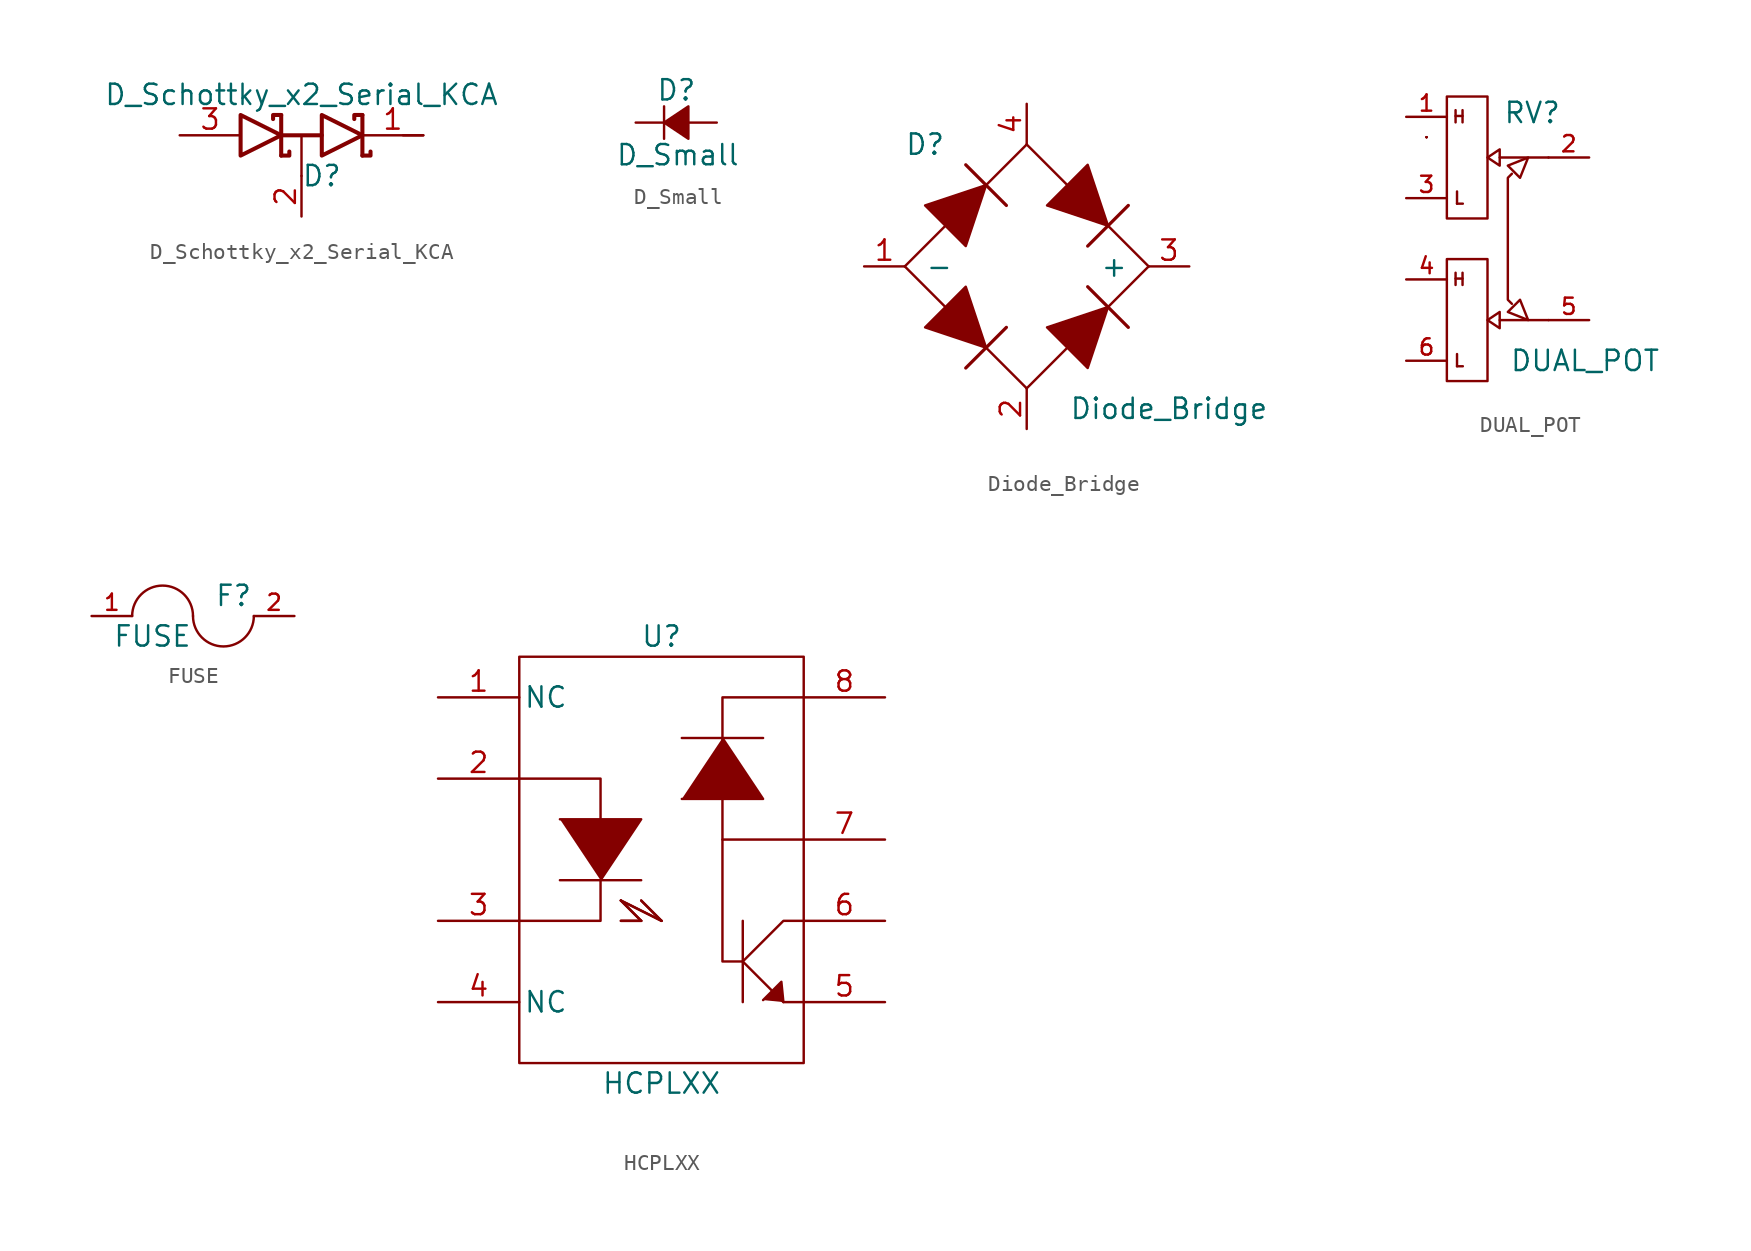
<source format=kicad_sym>
(kicad_symbol_lib
  (version 20211014)
  (generator kicad_symbol_editor)
  (symbol "D_Schottky_x2_Serial_KCA"
    (pin_names
      (offset 0.762) hide)
    (property "Reference" "D"
      (at 1.27 -2.54 0)
      (effects (font (size 1.27 1.27))))
    (property "Value" "D_Schottky_x2_Serial_KCA"
      (at 0 2.54 0)
      (effects (font (size 1.27 1.27))))
    (property "Footprint" ""
      (at 0 0 0)
      (effects (font (size 1.27 1.27))))
    (property "Datasheet" ""
      (at 0 0 0)
      (effects (font (size 1.27 1.27))))
    (symbol "D_Schottky_x2_Serial_KCA_0_1"
      (polyline (pts (xy 0 0) (xy 0 -2.54)) (stroke (width 0) (type default) (color 0 0 0 0)) (fill (type none)))
      (polyline (pts (xy 6.35 0) (xy 7.62 0)) (stroke (width 0) (type default) (color 0 0 0 0)) (fill (type none)))
      (polyline (pts (xy -1.27 -1.27) (xy -1.27 1.27) (xy -1.27 1.27)) (stroke (width 0.254) (type default) (color 0 0 0 0)) (fill (type none)))
      (polyline (pts (xy -1.27 0) (xy 1.27 0) (xy 1.27 0)) (stroke (width 0.254) (type default) (color 0 0 0 0)) (fill (type none)))
      (polyline (pts (xy 3.81 1.27) (xy 3.81 -1.27) (xy 3.81 -1.27)) (stroke (width 0.254) (type default) (color 0 0 0 0)) (fill (type none)))
      (polyline (pts (xy -1.27 -1.27) (xy -0.762 -1.27) (xy -0.762 -1.016) (xy -0.762 -1.016)) (stroke (width 0.254) (type default) (color 0 0 0 0)) (fill (type none)))
      (polyline (pts (xy 3.81 -1.27) (xy 4.318 -1.27) (xy 4.318 -1.016) (xy 4.318 -1.016)) (stroke (width 0.254) (type default) (color 0 0 0 0)) (fill (type none)))
      (polyline (pts (xy 3.81 1.27) (xy 3.302 1.27) (xy 3.302 1.016) (xy 3.302 1.016)) (stroke (width 0.254) (type default) (color 0 0 0 0)) (fill (type none)))
      (polyline (pts (xy -1.778 1.016) (xy -1.778 1.27) (xy -1.27 1.27) (xy -1.27 1.27) (xy -1.27 1.27)) (stroke (width 0.254) (type default) (color 0 0 0 0)) (fill (type none)))
      (polyline (pts (xy -3.81 1.27) (xy -1.27 0) (xy -3.81 -1.27) (xy -3.81 1.27) (xy -3.81 1.27) (xy -3.81 1.27)) (stroke (width 0.254) (type default) (color 0 0 0 0)) (fill (type none)))
      (polyline (pts (xy 1.27 1.27) (xy 3.81 0) (xy 1.27 -1.27) (xy 1.27 1.27) (xy 1.27 1.27) (xy 1.27 1.27)) (stroke (width 0.254) (type default) (color 0 0 0 0)) (fill (type none)))
      (pin passive line (at 7.62 0 180) (length 3.81) (name "K" (effects (font (size 1.27 1.27)))) (number "1" (effects (font (size 1.27 1.27)))))
      (pin passive line (at 0 -5.08 90) (length 2.54) (name "common" (effects (font (size 1.27 1.27)))) (number "2" (effects (font (size 1.27 1.27)))))
      (pin passive line (at -7.62 0 0) (length 3.81) (name "A" (effects (font (size 1.27 1.27)))) (number "3" (effects (font (size 1.27 1.27)))))))
  (symbol "D_Small"
    (pin_numbers hide)
    (pin_names
      (offset 0.254) hide)
    (property "Reference" "D"
      (at -1.27 2.032 0)
      (effects (font (size 1.27 1.27)) (justify left)))
    (property "Value" "D_Small"
      (at -3.81 -2.032 0)
      (effects (font (size 1.27 1.27)) (justify left)))
    (property "Footprint" ""
      (at 0 0 90)
      (effects (font (size 1.27 1.27))))
    (property "Datasheet" ""
      (at 0 0 90)
      (effects (font (size 1.27 1.27))))
    (symbol "D_Small_0_1"
      (polyline (pts (xy -0.762 -1.016) (xy -0.762 1.016)) (stroke (width 0) (type default) (color 0 0 0 0)) (fill (type none)))
      (polyline (pts (xy 0.762 -1.016) (xy -0.762 0) (xy 0.762 1.016) (xy 0.762 -1.016)) (stroke (width 0) (type default) (color 0 0 0 0)) (fill (type outline))))
    (symbol "D_Small_1_1"
      (pin passive line (at -2.54 0 0) (length 1.778) (name "K" (effects (font (size 1.27 1.27)))) (number "1" (effects (font (size 1.27 1.27)))))
      (pin passive line (at 2.54 0 180) (length 1.778) (name "A" (effects (font (size 1.27 1.27)))) (number "2" (effects (font (size 1.27 1.27)))))))
  (symbol "Diode_Bridge"
    (pin_names
      (offset 1.27))
    (property "Reference" "D"
      (at -6.35 7.62 0)
      (effects (font (size 1.27 1.27))))
    (property "Value" "Diode_Bridge"
      (at 8.89 -8.89 0)
      (effects (font (size 1.27 1.27))))
    (property "Footprint" ""
      (at 0 0 0)
      (effects (font (size 1.27 1.27))))
    (property "Datasheet" ""
      (at 0 0 0)
      (effects (font (size 1.27 1.27))))
    (symbol "Diode_Bridge_0_0"
      (polyline (pts (xy -7.62 0) (xy -5.08 -2.54)) (stroke (width 0) (type default) (color 0 0 0 0)) (fill (type none)))
      (polyline (pts (xy -7.62 0) (xy -5.08 2.54)) (stroke (width 0) (type default) (color 0 0 0 0)) (fill (type none)))
      (polyline (pts (xy -3.81 -6.35) (xy -1.27 -3.81)) (stroke (width 0.203) (type default) (color 0 0 0 0)) (fill (type none)))
      (polyline (pts (xy -3.81 6.35) (xy -1.27 3.81)) (stroke (width 0.203) (type default) (color 0 0 0 0)) (fill (type none)))
      (polyline (pts (xy 0 -7.62) (xy -2.54 -5.08)) (stroke (width 0) (type default) (color 0 0 0 0)) (fill (type none)))
      (polyline (pts (xy 0 -7.62) (xy 2.54 -5.08)) (stroke (width 0) (type default) (color 0 0 0 0)) (fill (type none)))
      (polyline (pts (xy 0 7.62) (xy -2.54 5.08)) (stroke (width 0) (type default) (color 0 0 0 0)) (fill (type none)))
      (polyline (pts (xy 0 7.62) (xy 2.54 5.08)) (stroke (width 0) (type default) (color 0 0 0 0)) (fill (type none)))
      (polyline (pts (xy 3.81 -1.27) (xy 6.35 -3.81)) (stroke (width 0.203) (type default) (color 0 0 0 0)) (fill (type none)))
      (polyline (pts (xy 3.81 1.27) (xy 6.35 3.81)) (stroke (width 0.203) (type default) (color 0 0 0 0)) (fill (type none)))
      (polyline (pts (xy 7.62 0) (xy 5.08 -2.54)) (stroke (width 0) (type default) (color 0 0 0 0)) (fill (type none)))
      (polyline (pts (xy 7.62 0) (xy 5.08 2.54)) (stroke (width 0) (type default) (color 0 0 0 0)) (fill (type none)))
      (polyline (pts (xy -6.35 -3.81) (xy -3.81 -1.27) (xy -2.54 -5.08) (xy -6.35 -3.81)) (stroke (width 0) (type default) (color 0 0 0 0)) (fill (type outline)))
      (polyline (pts (xy -3.81 1.27) (xy -6.35 3.81) (xy -2.54 5.08) (xy -3.81 1.27)) (stroke (width 0) (type default) (color 0 0 0 0)) (fill (type outline)))
      (polyline (pts (xy 1.27 -3.81) (xy 3.81 -6.35) (xy 5.08 -2.54) (xy 1.27 -3.81)) (stroke (width 0) (type default) (color 0 0 0 0)) (fill (type outline)))
      (polyline (pts (xy 1.27 3.81) (xy 3.81 6.35) (xy 5.08 2.54) (xy 1.27 3.81)) (stroke (width 0) (type default) (color 0 0 0 0)) (fill (type outline))))
    (symbol "Diode_Bridge_1_1"
      (pin input line (at -10.16 0 0) (length 2.54) (name "-" (effects (font (size 1.27 1.27)))) (number "1" (effects (font (size 1.27 1.27)))))
      (pin input line (at 0 -10.16 90) (length 2.54) (name "~" (effects (font (size 1.27 1.27)))) (number "2" (effects (font (size 1.27 1.27)))))
      (pin input line (at 10.16 0 180) (length 2.54) (name "+" (effects (font (size 1.27 1.27)))) (number "3" (effects (font (size 1.27 1.27)))))
      (pin input line (at 0 10.16 270) (length 2.54) (name "~" (effects (font (size 1.27 1.27)))) (number "4" (effects (font (size 1.27 1.27)))))))
  (symbol "DUAL_POT"
    (pin_names
      (offset 1.016) hide)
    (property "Reference" "RV"
      (at 4.064 7.874 0)
      (effects (font (size 1.27 1.27))))
    (property "Value" "DUAL_POT"
      (at 7.366 -7.62 0)
      (effects (font (size 1.27 1.27))))
    (property "Footprint" ""
      (at 0 0 0)
      (effects (font (size 1.27 1.27))))
    (property "Datasheet" ""
      (at 0 0 0)
      (effects (font (size 1.27 1.27))))
    (symbol "DUAL_POT_0_0"
      (text "H" (at -0.508 -2.54 0) (effects (font (size 0.762 0.762))))
      (text "H" (at -0.508 7.62 0) (effects (font (size 0.762 0.762))))
      (text "L" (at -0.508 -7.62 0) (effects (font (size 0.762 0.762))))
      (text "L" (at -0.508 2.54 0) (effects (font (size 0.762 0.762)))))
    (symbol "DUAL_POT_0_1"
      (rectangle (start -2.54 6.35) (end -2.54 6.35) (stroke (width 0) (type default) (color 0 0 0 0)) (fill (type none)))
      (rectangle (start -2.54 6.35) (end -2.54 6.35) (stroke (width 0) (type default) (color 0 0 0 0)) (fill (type none)))
      (rectangle (start -2.54 6.35) (end -2.54 6.35) (stroke (width 0) (type default) (color 0 0 0 0)) (fill (type none)))
      (rectangle (start -2.54 6.35) (end -2.54 6.35) (stroke (width 0) (type default) (color 0 0 0 0)) (fill (type none)))
      (rectangle (start -1.27 -1.27) (end 1.27 -8.89) (stroke (width 0) (type default) (color 0 0 0 0)) (fill (type none)))
      (rectangle (start -1.27 8.89) (end 1.27 1.27) (stroke (width 0) (type default) (color 0 0 0 0)) (fill (type none)))
      (polyline (pts (xy 5.08 5.08) (xy 2.032 5.08) (xy 2.032 5.08) (xy 2.032 5.08)) (stroke (width 0) (type default) (color 0 0 0 0)) (fill (type none)))
      (polyline (pts (xy 2.032 -5.588) (xy 2.032 -4.572) (xy 1.27 -5.08) (xy 2.032 -5.588) (xy 2.032 -5.588)) (stroke (width 0) (type default) (color 0 0 0 0)) (fill (type none)))
      (polyline (pts (xy 3.81 -5.08) (xy 2.54 -4.572) (xy 3.302 -3.81) (xy 3.81 -5.08) (xy 3.81 -5.08)) (stroke (width 0) (type default) (color 0 0 0 0)) (fill (type none)))
      (polyline (pts (xy 5.08 -5.08) (xy 2.032 -5.08) (xy 2.032 -5.08) (xy 2.032 -5.08) (xy 2.032 -5.08)) (stroke (width 0) (type default) (color 0 0 0 0)) (fill (type none)))
      (polyline (pts (xy 2.032 4.572) (xy 2.032 5.588) (xy 1.27 5.08) (xy 2.032 4.572) (xy 2.032 4.572) (xy 2.032 4.572)) (stroke (width 0) (type default) (color 0 0 0 0)) (fill (type none)))
      (polyline (pts (xy 2.794 4.064) (xy 2.54 3.81) (xy 2.54 -3.81) (xy 2.794 -4.064) (xy 2.794 -4.064) (xy 2.794 -4.064)) (stroke (width 0) (type default) (color 0 0 0 0)) (fill (type none)))
      (polyline (pts (xy 3.81 5.08) (xy 2.54 4.572) (xy 3.302 3.81) (xy 3.81 5.08) (xy 3.81 5.08) (xy 3.81 5.08)) (stroke (width 0) (type default) (color 0 0 0 0)) (fill (type none))))
    (symbol "DUAL_POT_1_1"
      (pin passive line (at -3.81 7.62 0) (length 2.54) (name "1" (effects (font (size 1.016 1.016)))) (number "1" (effects (font (size 1.016 1.016)))))
      (pin passive line (at 7.62 5.08 180) (length 2.54) (name "2" (effects (font (size 1.016 1.016)))) (number "2" (effects (font (size 1.016 1.016)))))
      (pin passive line (at -3.81 2.54 0) (length 2.54) (name "3" (effects (font (size 1.016 1.016)))) (number "3" (effects (font (size 1.016 1.016)))))
      (pin passive line (at -3.81 -2.54 0) (length 2.54) (name "~" (effects (font (size 1.016 1.016)))) (number "4" (effects (font (size 1.016 1.016)))))
      (pin passive line (at 7.62 -5.08 180) (length 2.54) (name "~" (effects (font (size 1.016 1.016)))) (number "5" (effects (font (size 1.016 1.016)))))
      (pin passive line (at -3.81 -7.62 0) (length 2.54) (name "~" (effects (font (size 1.016 1.016)))) (number "6" (effects (font (size 1.016 1.016)))))))
  (symbol "FUSE"
    (pin_names
      (offset 0.254))
    (property "Reference" "F"
      (at 2.54 1.27 0)
      (effects (font (size 1.27 1.27))))
    (property "Value" "FUSE"
      (at -2.54 -1.27 0)
      (effects (font (size 1.27 1.27))))
    (property "Footprint" ""
      (at 0 0 0)
      (effects (font (size 1.27 1.27))))
    (property "Datasheet" ""
      (at 0 0 0)
      (effects (font (size 1.27 1.27))))
    (symbol "FUSE_0_1"
      (arc (start 0 0) (mid -1.905 1.905) (end -3.81 0) (stroke (width 0) (type default) (color 0 0 0 0)) (fill (type none)))
      (arc (start 0 0) (mid 1.905 -1.905) (end 3.81 0) (stroke (width 0) (type default) (color 0 0 0 0)) (fill (type none))))
    (symbol "FUSE_1_1"
      (pin input line (at -6.35 0 0) (length 2.54) (name "~" (effects (font (size 1.016 1.016)))) (number "1" (effects (font (size 1.016 1.016)))))
      (pin input line (at 6.35 0 180) (length 2.54) (name "~" (effects (font (size 1.016 1.016)))) (number "2" (effects (font (size 1.016 1.016)))))))
  (symbol "HCPLXX"
    (pin_names
      (offset 0.254))
    (property "Reference" "U"
      (at 0 13.97 0)
      (effects (font (size 1.27 1.27))))
    (property "Value" "HCPLXX"
      (at 0 -13.97 0)
      (effects (font (size 1.27 1.27))))
    (property "Footprint" ""
      (at 0 0 0)
      (effects (font (size 1.27 1.27))))
    (property "Datasheet" ""
      (at 0 0 0)
      (effects (font (size 1.27 1.27))))
    (symbol "HCPLXX_0_0"
      (polyline (pts (xy -6.35 -1.27) (xy -1.27 -1.27)) (stroke (width 0) (type default) (color 0 0 0 0)) (fill (type none)))
      (polyline (pts (xy -2.54 -2.54) (xy -1.27 -3.81)) (stroke (width 0) (type default) (color 0 0 0 0)) (fill (type none)))
      (polyline (pts (xy -2.54 -2.54) (xy -1.27 -3.81)) (stroke (width 0) (type default) (color 0 0 0 0)) (fill (type none)))
      (polyline (pts (xy -2.54 -2.54) (xy 0 -3.81)) (stroke (width 0) (type default) (color 0 0 0 0)) (fill (type none)))
      (polyline (pts (xy -2.54 -2.54) (xy 0 -3.81)) (stroke (width 0) (type default) (color 0 0 0 0)) (fill (type none)))
      (polyline (pts (xy -1.27 -3.81) (xy -1.27 -3.81) (xy -2.54 -3.81)) (stroke (width 0) (type default) (color 0 0 0 0)) (fill (type none)))
      (polyline (pts (xy -1.27 -3.81) (xy -1.27 -3.81) (xy -2.54 -3.81)) (stroke (width 0) (type default) (color 0 0 0 0)) (fill (type none)))
      (polyline (pts (xy -1.27 -2.54) (xy 0 -3.81) (xy -1.27 -2.54)) (stroke (width 0) (type default) (color 0 0 0 0)) (fill (type none)))
      (polyline (pts (xy -1.27 -2.54) (xy 0 -3.81) (xy -1.27 -2.54)) (stroke (width 0) (type default) (color 0 0 0 0)) (fill (type none))))
    (symbol "HCPLXX_0_1"
      (rectangle (start -8.89 12.7) (end 8.89 -12.7) (stroke (width 0) (type default) (color 0 0 0 0)) (fill (type none)))
      (polyline (pts (xy 5.08 -3.81) (xy 5.08 -8.89)) (stroke (width 0) (type default) (color 0 0 0 0)) (fill (type none)))
      (polyline (pts (xy 5.08 5.08) (xy 5.08 5.08)) (stroke (width 0) (type default) (color 0 0 0 0)) (fill (type outline)))
      (polyline (pts (xy -8.89 5.08) (xy -3.81 5.08) (xy -3.81 2.54)) (stroke (width 0) (type default) (color 0 0 0 0)) (fill (type none)))
      (polyline (pts (xy -6.35 2.54) (xy -1.27 2.54) (xy -3.81 -1.27)) (stroke (width 0) (type default) (color 0 0 0 0)) (fill (type outline)))
      (polyline (pts (xy -3.81 -1.27) (xy -3.81 -3.81) (xy -8.89 -3.81)) (stroke (width 0) (type default) (color 0 0 0 0)) (fill (type none)))
      (polyline (pts (xy 1.27 7.62) (xy 6.35 7.62) (xy 6.35 7.62)) (stroke (width 0) (type default) (color 0 0 0 0)) (fill (type background)))
      (polyline (pts (xy 5.08 -6.35) (xy 7.62 -8.89) (xy 8.89 -8.89)) (stroke (width 0) (type default) (color 0 0 0 0)) (fill (type none)))
      (polyline (pts (xy 5.08 -6.35) (xy 7.62 -3.81) (xy 8.89 -3.81)) (stroke (width 0) (type default) (color 0 0 0 0)) (fill (type none)))
      (polyline (pts (xy 7.62 -8.89) (xy 7.493 -7.62) (xy 6.35 -8.763)) (stroke (width 0) (type default) (color 0 0 0 0)) (fill (type outline)))
      (polyline (pts (xy 1.27 3.81) (xy 6.35 3.81) (xy 3.81 7.62) (xy 3.81 7.62)) (stroke (width 0) (type default) (color 0 0 0 0)) (fill (type outline)))
      (polyline (pts (xy 3.81 1.27) (xy 3.81 10.16) (xy 8.89 10.16) (xy 8.89 10.16)) (stroke (width 0) (type default) (color 0 0 0 0)) (fill (type none)))
      (polyline (pts (xy 5.08 -6.35) (xy 3.81 -6.35) (xy 3.81 1.27) (xy 8.89 1.27)) (stroke (width 0) (type default) (color 0 0 0 0)) (fill (type none))))
    (symbol "HCPLXX_1_1"
      (pin unspecified line (at -13.97 10.16 0) (length 5.08) (name "NC" (effects (font (size 1.27 1.27)))) (number "1" (effects (font (size 1.27 1.27)))))
      (pin input line (at -13.97 5.08 0) (length 5.08) (name "~" (effects (font (size 1.27 1.27)))) (number "2" (effects (font (size 1.27 1.27)))))
      (pin output line (at -13.97 -3.81 0) (length 5.08) (name "~" (effects (font (size 1.27 1.27)))) (number "3" (effects (font (size 1.27 1.27)))))
      (pin input line (at -13.97 -8.89 0) (length 5.08) (name "NC" (effects (font (size 1.27 1.27)))) (number "4" (effects (font (size 1.27 1.27)))))
      (pin input line (at 13.97 -8.89 180) (length 5.08) (name "~" (effects (font (size 1.27 1.27)))) (number "5" (effects (font (size 1.27 1.27)))))
      (pin input line (at 13.97 -3.81 180) (length 5.08) (name "~" (effects (font (size 1.27 1.27)))) (number "6" (effects (font (size 1.27 1.27)))))
      (pin unspecified line (at 13.97 1.27 180) (length 5.08) (name "~" (effects (font (size 1.27 1.27)))) (number "7" (effects (font (size 1.27 1.27)))))
      (pin input line (at 13.97 10.16 180) (length 5.08) (name "~" (effects (font (size 1.27 1.27)))) (number "8" (effects (font (size 1.27 1.27))))))))
</source>
